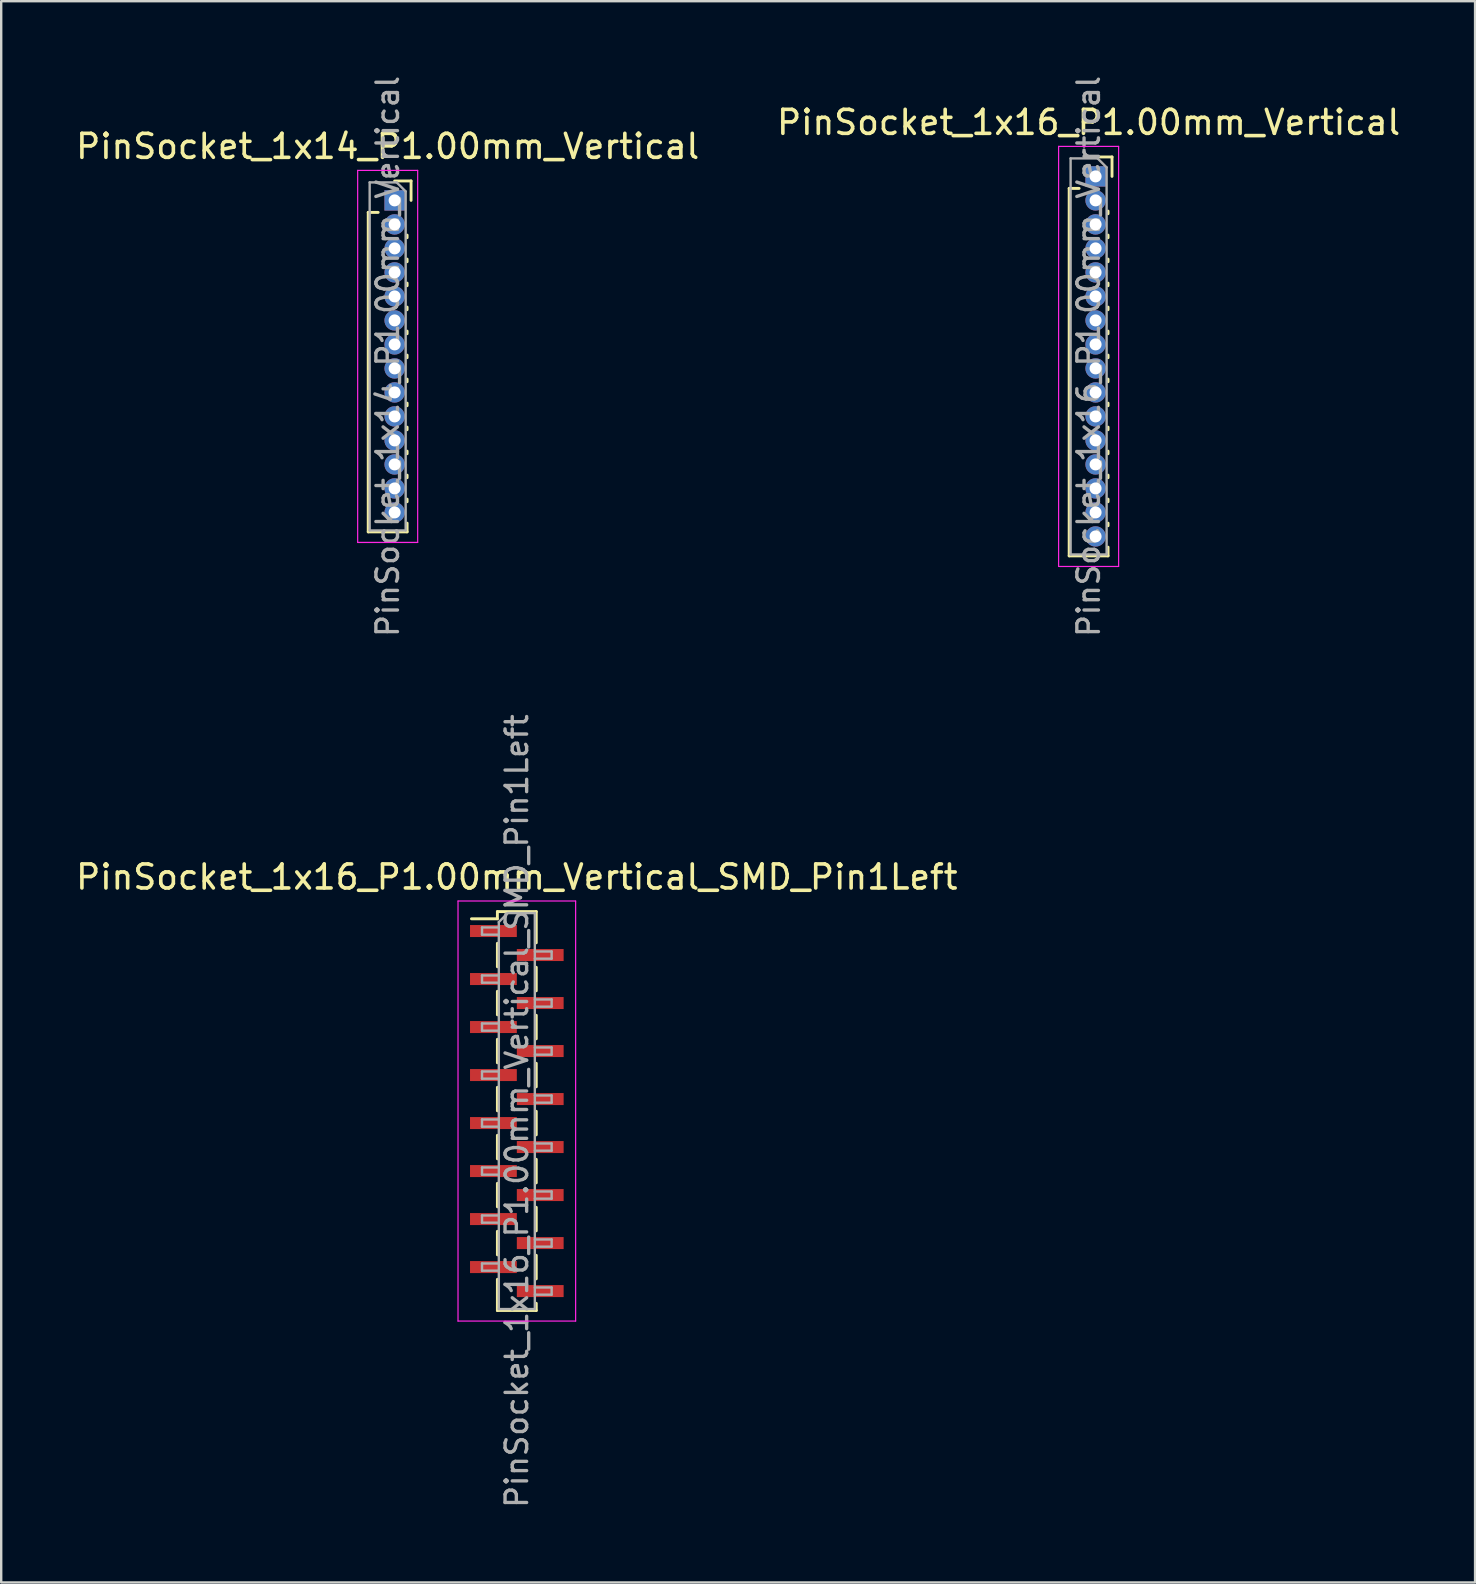
<source format=kicad_pcb>
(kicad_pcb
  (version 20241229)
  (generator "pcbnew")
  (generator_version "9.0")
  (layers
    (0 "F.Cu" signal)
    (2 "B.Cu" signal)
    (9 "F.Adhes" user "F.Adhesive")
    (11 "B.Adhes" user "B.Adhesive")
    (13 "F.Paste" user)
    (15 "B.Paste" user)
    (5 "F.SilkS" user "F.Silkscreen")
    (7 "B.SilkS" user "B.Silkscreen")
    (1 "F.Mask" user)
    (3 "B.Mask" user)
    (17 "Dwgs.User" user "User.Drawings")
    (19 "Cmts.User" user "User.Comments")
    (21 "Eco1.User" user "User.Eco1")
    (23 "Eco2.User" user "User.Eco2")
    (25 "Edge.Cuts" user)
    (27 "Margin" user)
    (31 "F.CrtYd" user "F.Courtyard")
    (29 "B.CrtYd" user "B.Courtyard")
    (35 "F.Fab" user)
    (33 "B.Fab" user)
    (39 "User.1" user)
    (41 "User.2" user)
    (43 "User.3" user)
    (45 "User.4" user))
  (footprint "PinSocket_1x16_P1.00mm_Vertical"
    (layer "F.Cu")
    (at 42.594 4.299)
    (property "Reference" "PinSocket_1x16_P1.00mm_Vertical" (at -0.29 -2.25 0) (layer "F.SilkS") (effects (font (size 1 1) (thickness 0.15))))
    (attr through_hole)
    (fp_line (start -1.1 0.5) (end -1.1 15.81) (stroke (width 0.12) (type solid)) (layer "F.SilkS"))
    (fp_line (start -1.1 0.5) (end -0.685 0.5) (stroke (width 0.12) (type solid)) (layer "F.SilkS"))
    (fp_line (start -1.1 15.81) (end 0.52 15.81) (stroke (width 0.12) (type solid)) (layer "F.SilkS"))
    (fp_line (start 0 -0.81) (end 0.685 -0.81) (stroke (width 0.12) (type solid)) (layer "F.SilkS"))
    (fp_line (start 0.52 1.446) (end 0.52 1.554) (stroke (width 0.12) (type solid)) (layer "F.SilkS"))
    (fp_line (start 0.52 2.446) (end 0.52 2.554) (stroke (width 0.12) (type solid)) (layer "F.SilkS"))
    (fp_line (start 0.52 3.446) (end 0.52 3.554) (stroke (width 0.12) (type solid)) (layer "F.SilkS"))
    (fp_line (start 0.52 4.446) (end 0.52 4.554) (stroke (width 0.12) (type solid)) (layer "F.SilkS"))
    (fp_line (start 0.52 5.446) (end 0.52 5.554) (stroke (width 0.12) (type solid)) (layer "F.SilkS"))
    (fp_line (start 0.52 6.446) (end 0.52 6.554) (stroke (width 0.12) (type solid)) (layer "F.SilkS"))
    (fp_line (start 0.52 7.446) (end 0.52 7.554) (stroke (width 0.12) (type solid)) (layer "F.SilkS"))
    (fp_line (start 0.52 8.446) (end 0.52 8.554) (stroke (width 0.12) (type solid)) (layer "F.SilkS"))
    (fp_line (start 0.52 9.446) (end 0.52 9.554) (stroke (width 0.12) (type solid)) (layer "F.SilkS"))
    (fp_line (start 0.52 10.446) (end 0.52 10.554) (stroke (width 0.12) (type solid)) (layer "F.SilkS"))
    (fp_line (start 0.52 11.446) (end 0.52 11.554) (stroke (width 0.12) (type solid)) (layer "F.SilkS"))
    (fp_line (start 0.52 12.446) (end 0.52 12.554) (stroke (width 0.12) (type solid)) (layer "F.SilkS"))
    (fp_line (start 0.52 13.446) (end 0.52 13.554) (stroke (width 0.12) (type solid)) (layer "F.SilkS"))
    (fp_line (start 0.52 14.446) (end 0.52 14.554) (stroke (width 0.12) (type solid)) (layer "F.SilkS"))
    (fp_line (start 0.52 15.446) (end 0.52 15.81) (stroke (width 0.12) (type solid)) (layer "F.SilkS"))
    (fp_line (start 0.685 -0.81) (end 0.685 0) (stroke (width 0.12) (type solid)) (layer "F.SilkS"))
    (fp_line (start -1.54 -1.25) (end 0.96 -1.25) (stroke (width 0.05) (type solid)) (layer "F.CrtYd"))
    (fp_line (start -1.54 16.25) (end -1.54 -1.25) (stroke (width 0.05) (type solid)) (layer "F.CrtYd"))
    (fp_line (start 0.96 -1.25) (end 0.96 16.25) (stroke (width 0.05) (type solid)) (layer "F.CrtYd"))
    (fp_line (start 0.96 16.25) (end -1.54 16.25) (stroke (width 0.05) (type solid)) (layer "F.CrtYd"))
    (fp_line (start -1.04 -0.75) (end 0.085 -0.75) (stroke (width 0.1) (type solid)) (layer "F.Fab"))
    (fp_line (start -1.04 15.75) (end -1.04 -0.75) (stroke (width 0.1) (type solid)) (layer "F.Fab"))
    (fp_line (start 0.085 -0.75) (end 0.46 -0.375) (stroke (width 0.1) (type solid)) (layer "F.Fab"))
    (fp_line (start 0.46 -0.375) (end 0.46 15.75) (stroke (width 0.1) (type solid)) (layer "F.Fab"))
    (fp_line (start 0.46 15.75) (end -1.04 15.75) (stroke (width 0.1) (type solid)) (layer "F.Fab"))
    (fp_text user "${REFERENCE}" (at -0.29 7.5 90) (layer "F.Fab") (effects (font (size 0.9 0.9) (thickness 0.14))))
    (pad "1" thru_hole rect (at 0 0) (size 0.85 0.85) (drill 0.5) (layers "*.Cu" "*.Mask"))
    (pad "2" thru_hole oval (at 0 1) (size 0.85 0.85) (drill 0.5) (layers "*.Cu" "*.Mask"))
    (pad "3" thru_hole oval (at 0 2) (size 0.85 0.85) (drill 0.5) (layers "*.Cu" "*.Mask"))
    (pad "4" thru_hole oval (at 0 3) (size 0.85 0.85) (drill 0.5) (layers "*.Cu" "*.Mask"))
    (pad "5" thru_hole oval (at 0 4) (size 0.85 0.85) (drill 0.5) (layers "*.Cu" "*.Mask"))
    (pad "6" thru_hole oval (at 0 5) (size 0.85 0.85) (drill 0.5) (layers "*.Cu" "*.Mask"))
    (pad "7" thru_hole oval (at 0 6) (size 0.85 0.85) (drill 0.5) (layers "*.Cu" "*.Mask"))
    (pad "8" thru_hole oval (at 0 7) (size 0.85 0.85) (drill 0.5) (layers "*.Cu" "*.Mask"))
    (pad "9" thru_hole oval (at 0 8) (size 0.85 0.85) (drill 0.5) (layers "*.Cu" "*.Mask"))
    (pad "10" thru_hole oval (at 0 9) (size 0.85 0.85) (drill 0.5) (layers "*.Cu" "*.Mask"))
    (pad "11" thru_hole oval (at 0 10) (size 0.85 0.85) (drill 0.5) (layers "*.Cu" "*.Mask"))
    (pad "12" thru_hole oval (at 0 11) (size 0.85 0.85) (drill 0.5) (layers "*.Cu" "*.Mask"))
    (pad "13" thru_hole oval (at 0 12) (size 0.85 0.85) (drill 0.5) (layers "*.Cu" "*.Mask"))
    (pad "14" thru_hole oval (at 0 13) (size 0.85 0.85) (drill 0.5) (layers "*.Cu" "*.Mask"))
    (pad "15" thru_hole oval (at 0 14) (size 0.85 0.85) (drill 0.5) (layers "*.Cu" "*.Mask"))
    (pad "16" thru_hole oval (at 0 15) (size 0.85 0.85) (drill 0.5) (layers "*.Cu" "*.Mask")))
  (footprint "PinSocket_1x16_P1.00mm_Vertical_SMD_Pin1Left"
    (layer "F.Cu")
    (at 18.482 43.239)
    (property "Reference" "PinSocket_1x16_P1.00mm_Vertical_SMD_Pin1Left" (at 0 -9.75 0) (layer "F.SilkS") (effects (font (size 1 1) (thickness 0.15))))
    (attr smd)
    (fp_line (start -1.89 -8.01) (end -0.81 -8.01) (stroke (width 0.12) (type solid)) (layer "F.SilkS"))
    (fp_line (start -0.81 -8.31) (end -0.81 -8.01) (stroke (width 0.12) (type solid)) (layer "F.SilkS"))
    (fp_line (start -0.81 -8.31) (end 0.81 -8.31) (stroke (width 0.12) (type solid)) (layer "F.SilkS"))
    (fp_line (start -0.81 -6.99) (end -0.81 -6.01) (stroke (width 0.12) (type solid)) (layer "F.SilkS"))
    (fp_line (start -0.81 -4.99) (end -0.81 -4.01) (stroke (width 0.12) (type solid)) (layer "F.SilkS"))
    (fp_line (start -0.81 -2.99) (end -0.81 -2.01) (stroke (width 0.12) (type solid)) (layer "F.SilkS"))
    (fp_line (start -0.81 -0.99) (end -0.81 -0.01) (stroke (width 0.12) (type solid)) (layer "F.SilkS"))
    (fp_line (start -0.81 1.01) (end -0.81 1.99) (stroke (width 0.12) (type solid)) (layer "F.SilkS"))
    (fp_line (start -0.81 3.01) (end -0.81 3.99) (stroke (width 0.12) (type solid)) (layer "F.SilkS"))
    (fp_line (start -0.81 5.01) (end -0.81 5.99) (stroke (width 0.12) (type solid)) (layer "F.SilkS"))
    (fp_line (start -0.81 7.01) (end -0.81 8.31) (stroke (width 0.12) (type solid)) (layer "F.SilkS"))
    (fp_line (start -0.81 8.31) (end 0.81 8.31) (stroke (width 0.12) (type solid)) (layer "F.SilkS"))
    (fp_line (start 0.81 -8.31) (end 0.81 -7.01) (stroke (width 0.12) (type solid)) (layer "F.SilkS"))
    (fp_line (start 0.81 -5.99) (end 0.81 -5.01) (stroke (width 0.12) (type solid)) (layer "F.SilkS"))
    (fp_line (start 0.81 -3.99) (end 0.81 -3.01) (stroke (width 0.12) (type solid)) (layer "F.SilkS"))
    (fp_line (start 0.81 -1.99) (end 0.81 -1.01) (stroke (width 0.12) (type solid)) (layer "F.SilkS"))
    (fp_line (start 0.81 0.01) (end 0.81 0.99) (stroke (width 0.12) (type solid)) (layer "F.SilkS"))
    (fp_line (start 0.81 2.01) (end 0.81 2.99) (stroke (width 0.12) (type solid)) (layer "F.SilkS"))
    (fp_line (start 0.81 4.01) (end 0.81 4.99) (stroke (width 0.12) (type solid)) (layer "F.SilkS"))
    (fp_line (start 0.81 6.01) (end 0.81 6.99) (stroke (width 0.12) (type solid)) (layer "F.SilkS"))
    (fp_line (start 0.81 8.01) (end 0.81 8.31) (stroke (width 0.12) (type solid)) (layer "F.SilkS"))
    (fp_line (start -2.45 -8.75) (end 2.45 -8.75) (stroke (width 0.05) (type solid)) (layer "F.CrtYd"))
    (fp_line (start -2.45 8.75) (end -2.45 -8.75) (stroke (width 0.05) (type solid)) (layer "F.CrtYd"))
    (fp_line (start 2.45 -8.75) (end 2.45 8.75) (stroke (width 0.05) (type solid)) (layer "F.CrtYd"))
    (fp_line (start 2.45 8.75) (end -2.45 8.75) (stroke (width 0.05) (type solid)) (layer "F.CrtYd"))
    (fp_line (start -1.45 -7.65) (end -0.75 -7.65) (stroke (width 0.1) (type solid)) (layer "F.Fab"))
    (fp_line (start -1.45 -7.35) (end -1.45 -7.65) (stroke (width 0.1) (type solid)) (layer "F.Fab"))
    (fp_line (start -1.45 -5.65) (end -0.75 -5.65) (stroke (width 0.1) (type solid)) (layer "F.Fab"))
    (fp_line (start -1.45 -5.35) (end -1.45 -5.65) (stroke (width 0.1) (type solid)) (layer "F.Fab"))
    (fp_line (start -1.45 -3.65) (end -0.75 -3.65) (stroke (width 0.1) (type solid)) (layer "F.Fab"))
    (fp_line (start -1.45 -3.35) (end -1.45 -3.65) (stroke (width 0.1) (type solid)) (layer "F.Fab"))
    (fp_line (start -1.45 -1.65) (end -0.75 -1.65) (stroke (width 0.1) (type solid)) (layer "F.Fab"))
    (fp_line (start -1.45 -1.35) (end -1.45 -1.65) (stroke (width 0.1) (type solid)) (layer "F.Fab"))
    (fp_line (start -1.45 0.35) (end -0.75 0.35) (stroke (width 0.1) (type solid)) (layer "F.Fab"))
    (fp_line (start -1.45 0.65) (end -1.45 0.35) (stroke (width 0.1) (type solid)) (layer "F.Fab"))
    (fp_line (start -1.45 2.35) (end -0.75 2.35) (stroke (width 0.1) (type solid)) (layer "F.Fab"))
    (fp_line (start -1.45 2.65) (end -1.45 2.35) (stroke (width 0.1) (type solid)) (layer "F.Fab"))
    (fp_line (start -1.45 4.35) (end -0.75 4.35) (stroke (width 0.1) (type solid)) (layer "F.Fab"))
    (fp_line (start -1.45 4.65) (end -1.45 4.35) (stroke (width 0.1) (type solid)) (layer "F.Fab"))
    (fp_line (start -1.45 6.35) (end -0.75 6.35) (stroke (width 0.1) (type solid)) (layer "F.Fab"))
    (fp_line (start -1.45 6.65) (end -1.45 6.35) (stroke (width 0.1) (type solid)) (layer "F.Fab"))
    (fp_line (start -0.75 -7.875) (end -0.375 -8.25) (stroke (width 0.1) (type solid)) (layer "F.Fab"))
    (fp_line (start -0.75 -7.35) (end -1.45 -7.35) (stroke (width 0.1) (type solid)) (layer "F.Fab"))
    (fp_line (start -0.75 -5.35) (end -1.45 -5.35) (stroke (width 0.1) (type solid)) (layer "F.Fab"))
    (fp_line (start -0.75 -3.35) (end -1.45 -3.35) (stroke (width 0.1) (type solid)) (layer "F.Fab"))
    (fp_line (start -0.75 -1.35) (end -1.45 -1.35) (stroke (width 0.1) (type solid)) (layer "F.Fab"))
    (fp_line (start -0.75 0.65) (end -1.45 0.65) (stroke (width 0.1) (type solid)) (layer "F.Fab"))
    (fp_line (start -0.75 2.65) (end -1.45 2.65) (stroke (width 0.1) (type solid)) (layer "F.Fab"))
    (fp_line (start -0.75 4.65) (end -1.45 4.65) (stroke (width 0.1) (type solid)) (layer "F.Fab"))
    (fp_line (start -0.75 6.65) (end -1.45 6.65) (stroke (width 0.1) (type solid)) (layer "F.Fab"))
    (fp_line (start -0.75 8.25) (end -0.75 -7.875) (stroke (width 0.1) (type solid)) (layer "F.Fab"))
    (fp_line (start -0.375 -8.25) (end 0.75 -8.25) (stroke (width 0.1) (type solid)) (layer "F.Fab"))
    (fp_line (start 0.75 -8.25) (end 0.75 8.25) (stroke (width 0.1) (type solid)) (layer "F.Fab"))
    (fp_line (start 0.75 -6.65) (end 1.45 -6.65) (stroke (width 0.1) (type solid)) (layer "F.Fab"))
    (fp_line (start 0.75 -4.65) (end 1.45 -4.65) (stroke (width 0.1) (type solid)) (layer "F.Fab"))
    (fp_line (start 0.75 -2.65) (end 1.45 -2.65) (stroke (width 0.1) (type solid)) (layer "F.Fab"))
    (fp_line (start 0.75 -0.65) (end 1.45 -0.65) (stroke (width 0.1) (type solid)) (layer "F.Fab"))
    (fp_line (start 0.75 1.35) (end 1.45 1.35) (stroke (width 0.1) (type solid)) (layer "F.Fab"))
    (fp_line (start 0.75 3.35) (end 1.45 3.35) (stroke (width 0.1) (type solid)) (layer "F.Fab"))
    (fp_line (start 0.75 5.35) (end 1.45 5.35) (stroke (width 0.1) (type solid)) (layer "F.Fab"))
    (fp_line (start 0.75 7.35) (end 1.45 7.35) (stroke (width 0.1) (type solid)) (layer "F.Fab"))
    (fp_line (start 0.75 8.25) (end -0.75 8.25) (stroke (width 0.1) (type solid)) (layer "F.Fab"))
    (fp_line (start 1.45 -6.65) (end 1.45 -6.35) (stroke (width 0.1) (type solid)) (layer "F.Fab"))
    (fp_line (start 1.45 -6.35) (end 0.75 -6.35) (stroke (width 0.1) (type solid)) (layer "F.Fab"))
    (fp_line (start 1.45 -4.65) (end 1.45 -4.35) (stroke (width 0.1) (type solid)) (layer "F.Fab"))
    (fp_line (start 1.45 -4.35) (end 0.75 -4.35) (stroke (width 0.1) (type solid)) (layer "F.Fab"))
    (fp_line (start 1.45 -2.65) (end 1.45 -2.35) (stroke (width 0.1) (type solid)) (layer "F.Fab"))
    (fp_line (start 1.45 -2.35) (end 0.75 -2.35) (stroke (width 0.1) (type solid)) (layer "F.Fab"))
    (fp_line (start 1.45 -0.65) (end 1.45 -0.35) (stroke (width 0.1) (type solid)) (layer "F.Fab"))
    (fp_line (start 1.45 -0.35) (end 0.75 -0.35) (stroke (width 0.1) (type solid)) (layer "F.Fab"))
    (fp_line (start 1.45 1.35) (end 1.45 1.65) (stroke (width 0.1) (type solid)) (layer "F.Fab"))
    (fp_line (start 1.45 1.65) (end 0.75 1.65) (stroke (width 0.1) (type solid)) (layer "F.Fab"))
    (fp_line (start 1.45 3.35) (end 1.45 3.65) (stroke (width 0.1) (type solid)) (layer "F.Fab"))
    (fp_line (start 1.45 3.65) (end 0.75 3.65) (stroke (width 0.1) (type solid)) (layer "F.Fab"))
    (fp_line (start 1.45 5.35) (end 1.45 5.65) (stroke (width 0.1) (type solid)) (layer "F.Fab"))
    (fp_line (start 1.45 5.65) (end 0.75 5.65) (stroke (width 0.1) (type solid)) (layer "F.Fab"))
    (fp_line (start 1.45 7.35) (end 1.45 7.65) (stroke (width 0.1) (type solid)) (layer "F.Fab"))
    (fp_line (start 1.45 7.65) (end 0.75 7.65) (stroke (width 0.1) (type solid)) (layer "F.Fab"))
    (fp_text user "${REFERENCE}" (at 0 0 90) (layer "F.Fab") (effects (font (size 0.9 0.9) (thickness 0.14))))
    (pad "1" smd rect (at -0.975 -7.5) (size 1.95 0.5) (layers "F.Cu" "F.Mask" "F.Paste"))
    (pad "2" smd rect (at 0.975 -6.5) (size 1.95 0.5) (layers "F.Cu" "F.Mask" "F.Paste"))
    (pad "3" smd rect (at -0.975 -5.5) (size 1.95 0.5) (layers "F.Cu" "F.Mask" "F.Paste"))
    (pad "4" smd rect (at 0.975 -4.5) (size 1.95 0.5) (layers "F.Cu" "F.Mask" "F.Paste"))
    (pad "5" smd rect (at -0.975 -3.5) (size 1.95 0.5) (layers "F.Cu" "F.Mask" "F.Paste"))
    (pad "6" smd rect (at 0.975 -2.5) (size 1.95 0.5) (layers "F.Cu" "F.Mask" "F.Paste"))
    (pad "7" smd rect (at -0.975 -1.5) (size 1.95 0.5) (layers "F.Cu" "F.Mask" "F.Paste"))
    (pad "8" smd rect (at 0.975 -0.5) (size 1.95 0.5) (layers "F.Cu" "F.Mask" "F.Paste"))
    (pad "9" smd rect (at -0.975 0.5) (size 1.95 0.5) (layers "F.Cu" "F.Mask" "F.Paste"))
    (pad "10" smd rect (at 0.975 1.5) (size 1.95 0.5) (layers "F.Cu" "F.Mask" "F.Paste"))
    (pad "11" smd rect (at -0.975 2.5) (size 1.95 0.5) (layers "F.Cu" "F.Mask" "F.Paste"))
    (pad "12" smd rect (at 0.975 3.5) (size 1.95 0.5) (layers "F.Cu" "F.Mask" "F.Paste"))
    (pad "13" smd rect (at -0.975 4.5) (size 1.95 0.5) (layers "F.Cu" "F.Mask" "F.Paste"))
    (pad "14" smd rect (at 0.975 5.5) (size 1.95 0.5) (layers "F.Cu" "F.Mask" "F.Paste"))
    (pad "15" smd rect (at -0.975 6.5) (size 1.95 0.5) (layers "F.Cu" "F.Mask" "F.Paste"))
    (pad "16" smd rect (at 0.975 7.5) (size 1.95 0.5) (layers "F.Cu" "F.Mask" "F.Paste")))
  (footprint "PinSocket_1x14_P1.00mm_Vertical"
    (layer "F.Cu")
    (at 13.391 5.299)
    (property "Reference" "PinSocket_1x14_P1.00mm_Vertical" (at -0.29 -2.25 0) (layer "F.SilkS") (effects (font (size 1 1) (thickness 0.15))))
    (attr through_hole)
    (fp_line (start -1.1 0.5) (end -1.1 13.81) (stroke (width 0.12) (type solid)) (layer "F.SilkS"))
    (fp_line (start -1.1 0.5) (end -0.685 0.5) (stroke (width 0.12) (type solid)) (layer "F.SilkS"))
    (fp_line (start -1.1 13.81) (end 0.52 13.81) (stroke (width 0.12) (type solid)) (layer "F.SilkS"))
    (fp_line (start 0 -0.81) (end 0.685 -0.81) (stroke (width 0.12) (type solid)) (layer "F.SilkS"))
    (fp_line (start 0.52 1.446) (end 0.52 1.554) (stroke (width 0.12) (type solid)) (layer "F.SilkS"))
    (fp_line (start 0.52 2.446) (end 0.52 2.554) (stroke (width 0.12) (type solid)) (layer "F.SilkS"))
    (fp_line (start 0.52 3.446) (end 0.52 3.554) (stroke (width 0.12) (type solid)) (layer "F.SilkS"))
    (fp_line (start 0.52 4.446) (end 0.52 4.554) (stroke (width 0.12) (type solid)) (layer "F.SilkS"))
    (fp_line (start 0.52 5.446) (end 0.52 5.554) (stroke (width 0.12) (type solid)) (layer "F.SilkS"))
    (fp_line (start 0.52 6.446) (end 0.52 6.554) (stroke (width 0.12) (type solid)) (layer "F.SilkS"))
    (fp_line (start 0.52 7.446) (end 0.52 7.554) (stroke (width 0.12) (type solid)) (layer "F.SilkS"))
    (fp_line (start 0.52 8.446) (end 0.52 8.554) (stroke (width 0.12) (type solid)) (layer "F.SilkS"))
    (fp_line (start 0.52 9.446) (end 0.52 9.554) (stroke (width 0.12) (type solid)) (layer "F.SilkS"))
    (fp_line (start 0.52 10.446) (end 0.52 10.554) (stroke (width 0.12) (type solid)) (layer "F.SilkS"))
    (fp_line (start 0.52 11.446) (end 0.52 11.554) (stroke (width 0.12) (type solid)) (layer "F.SilkS"))
    (fp_line (start 0.52 12.446) (end 0.52 12.554) (stroke (width 0.12) (type solid)) (layer "F.SilkS"))
    (fp_line (start 0.52 13.446) (end 0.52 13.81) (stroke (width 0.12) (type solid)) (layer "F.SilkS"))
    (fp_line (start 0.685 -0.81) (end 0.685 0) (stroke (width 0.12) (type solid)) (layer "F.SilkS"))
    (fp_line (start -1.54 -1.25) (end 0.96 -1.25) (stroke (width 0.05) (type solid)) (layer "F.CrtYd"))
    (fp_line (start -1.54 14.25) (end -1.54 -1.25) (stroke (width 0.05) (type solid)) (layer "F.CrtYd"))
    (fp_line (start 0.96 -1.25) (end 0.96 14.25) (stroke (width 0.05) (type solid)) (layer "F.CrtYd"))
    (fp_line (start 0.96 14.25) (end -1.54 14.25) (stroke (width 0.05) (type solid)) (layer "F.CrtYd"))
    (fp_line (start -1.04 -0.75) (end 0.085 -0.75) (stroke (width 0.1) (type solid)) (layer "F.Fab"))
    (fp_line (start -1.04 13.75) (end -1.04 -0.75) (stroke (width 0.1) (type solid)) (layer "F.Fab"))
    (fp_line (start 0.085 -0.75) (end 0.46 -0.375) (stroke (width 0.1) (type solid)) (layer "F.Fab"))
    (fp_line (start 0.46 -0.375) (end 0.46 13.75) (stroke (width 0.1) (type solid)) (layer "F.Fab"))
    (fp_line (start 0.46 13.75) (end -1.04 13.75) (stroke (width 0.1) (type solid)) (layer "F.Fab"))
    (fp_text user "${REFERENCE}" (at -0.29 6.5 90) (layer "F.Fab") (effects (font (size 0.9 0.9) (thickness 0.14))))
    (pad "1" thru_hole rect (at 0 0) (size 0.85 0.85) (drill 0.5) (layers "*.Cu" "*.Mask"))
    (pad "2" thru_hole oval (at 0 1) (size 0.85 0.85) (drill 0.5) (layers "*.Cu" "*.Mask"))
    (pad "3" thru_hole oval (at 0 2) (size 0.85 0.85) (drill 0.5) (layers "*.Cu" "*.Mask"))
    (pad "4" thru_hole oval (at 0 3) (size 0.85 0.85) (drill 0.5) (layers "*.Cu" "*.Mask"))
    (pad "5" thru_hole oval (at 0 4) (size 0.85 0.85) (drill 0.5) (layers "*.Cu" "*.Mask"))
    (pad "6" thru_hole oval (at 0 5) (size 0.85 0.85) (drill 0.5) (layers "*.Cu" "*.Mask"))
    (pad "7" thru_hole oval (at 0 6) (size 0.85 0.85) (drill 0.5) (layers "*.Cu" "*.Mask"))
    (pad "8" thru_hole oval (at 0 7) (size 0.85 0.85) (drill 0.5) (layers "*.Cu" "*.Mask"))
    (pad "9" thru_hole oval (at 0 8) (size 0.85 0.85) (drill 0.5) (layers "*.Cu" "*.Mask"))
    (pad "10" thru_hole oval (at 0 9) (size 0.85 0.85) (drill 0.5) (layers "*.Cu" "*.Mask"))
    (pad "11" thru_hole oval (at 0 10) (size 0.85 0.85) (drill 0.5) (layers "*.Cu" "*.Mask"))
    (pad "12" thru_hole oval (at 0 11) (size 0.85 0.85) (drill 0.5) (layers "*.Cu" "*.Mask"))
    (pad "13" thru_hole oval (at 0 12) (size 0.85 0.85) (drill 0.5) (layers "*.Cu" "*.Mask"))
    (pad "14" thru_hole oval (at 0 13) (size 0.85 0.85) (drill 0.5) (layers "*.Cu" "*.Mask")))
  (gr_rect
    (start -3 -3)
    (end 58.405 62.88)
    (stroke (width 0.1) (type default))
    (fill no)
    (layer "Edge.Cuts")))
</source>
